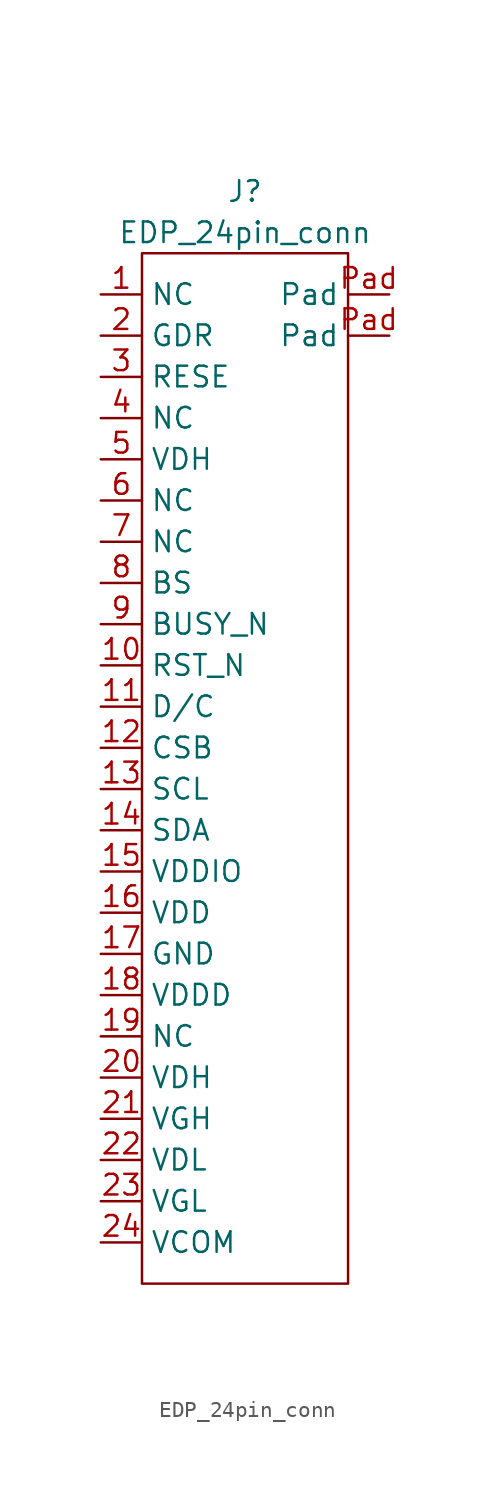
<source format=kicad_sym>
(kicad_symbol_lib
  (version 20211014)
  (generator kicad_symbol_editor)
  (symbol "EDP_24pin_conn"
    (property "Reference" "J"
      (at 0 3.81 0)
      (effects (font (size 1.27 1.27))))
    (property "Value" "EDP_24pin_conn"
      (at 0 1.27 0)
      (effects (font (size 1.27 1.27))))
    (symbol "EDP_24pin_conn_0_1"
      (rectangle (start -6.35 0) (end 6.35 -63.5) (stroke (width 0) (type default) (color 0 0 0 0)) (fill (type none))))
    (symbol "EDP_24pin_conn_1_1"
      (pin free line (at -8.89 -2.54 0) (length 2.54) (name "NC" (effects (font (size 1.27 1.27)))) (number "1" (effects (font (size 1.27 1.27)))))
      (pin input line (at -8.89 -25.4 0) (length 2.54) (name "RST_N" (effects (font (size 1.27 1.27)))) (number "10" (effects (font (size 1.27 1.27)))))
      (pin input line (at -8.89 -27.94 0) (length 2.54) (name "D/C" (effects (font (size 1.27 1.27)))) (number "11" (effects (font (size 1.27 1.27)))))
      (pin input line (at -8.89 -30.48 0) (length 2.54) (name "CSB" (effects (font (size 1.27 1.27)))) (number "12" (effects (font (size 1.27 1.27)))))
      (pin input line (at -8.89 -33.02 0) (length 2.54) (name "SCL" (effects (font (size 1.27 1.27)))) (number "13" (effects (font (size 1.27 1.27)))))
      (pin input line (at -8.89 -35.56 0) (length 2.54) (name "SDA" (effects (font (size 1.27 1.27)))) (number "14" (effects (font (size 1.27 1.27)))))
      (pin power_in line (at -8.89 -38.1 0) (length 2.54) (name "VDDIO" (effects (font (size 1.27 1.27)))) (number "15" (effects (font (size 1.27 1.27)))))
      (pin power_in line (at -8.89 -40.64 0) (length 2.54) (name "VDD" (effects (font (size 1.27 1.27)))) (number "16" (effects (font (size 1.27 1.27)))))
      (pin power_in line (at -8.89 -43.18 0) (length 2.54) (name "GND" (effects (font (size 1.27 1.27)))) (number "17" (effects (font (size 1.27 1.27)))))
      (pin power_out line (at -8.89 -45.72 0) (length 2.54) (name "VDDD" (effects (font (size 1.27 1.27)))) (number "18" (effects (font (size 1.27 1.27)))))
      (pin free line (at -8.89 -48.26 0) (length 2.54) (name "NC" (effects (font (size 1.27 1.27)))) (number "19" (effects (font (size 1.27 1.27)))))
      (pin output line (at -8.89 -5.08 0) (length 2.54) (name "GDR" (effects (font (size 1.27 1.27)))) (number "2" (effects (font (size 1.27 1.27)))))
      (pin power_out line (at -8.89 -50.8 0) (length 2.54) (name "VDH" (effects (font (size 1.27 1.27)))) (number "20" (effects (font (size 1.27 1.27)))))
      (pin power_out line (at -8.89 -53.34 0) (length 2.54) (name "VGH" (effects (font (size 1.27 1.27)))) (number "21" (effects (font (size 1.27 1.27)))))
      (pin power_out line (at -8.89 -55.88 0) (length 2.54) (name "VDL" (effects (font (size 1.27 1.27)))) (number "22" (effects (font (size 1.27 1.27)))))
      (pin power_out line (at -8.89 -58.42 0) (length 2.54) (name "VGL" (effects (font (size 1.27 1.27)))) (number "23" (effects (font (size 1.27 1.27)))))
      (pin power_out line (at -8.89 -60.96 0) (length 2.54) (name "VCOM" (effects (font (size 1.27 1.27)))) (number "24" (effects (font (size 1.27 1.27)))))
      (pin input line (at -8.89 -7.62 0) (length 2.54) (name "RESE" (effects (font (size 1.27 1.27)))) (number "3" (effects (font (size 1.27 1.27)))))
      (pin free line (at -8.89 -10.16 0) (length 2.54) (name "NC" (effects (font (size 1.27 1.27)))) (number "4" (effects (font (size 1.27 1.27)))))
      (pin power_out line (at -8.89 -12.7 0) (length 2.54) (name "VDH" (effects (font (size 1.27 1.27)))) (number "5" (effects (font (size 1.27 1.27)))))
      (pin free line (at -8.89 -15.24 0) (length 2.54) (name "NC" (effects (font (size 1.27 1.27)))) (number "6" (effects (font (size 1.27 1.27)))))
      (pin free line (at -8.89 -17.78 0) (length 2.54) (name "NC" (effects (font (size 1.27 1.27)))) (number "7" (effects (font (size 1.27 1.27)))))
      (pin input line (at -8.89 -20.32 0) (length 2.54) (name "BS" (effects (font (size 1.27 1.27)))) (number "8" (effects (font (size 1.27 1.27)))))
      (pin output line (at -8.89 -22.86 0) (length 2.54) (name "BUSY_N" (effects (font (size 1.27 1.27)))) (number "9" (effects (font (size 1.27 1.27)))))
      (pin passive line (at 8.89 -5.08 180) (length 2.54) (name "Pad" (effects (font (size 1.27 1.27)))) (number "Pad" (effects (font (size 1.27 1.27)))))
      (pin passive line (at 8.89 -2.54 180) (length 2.54) (name "Pad" (effects (font (size 1.27 1.27)))) (number "Pad" (effects (font (size 1.27 1.27))))))))
</source>
